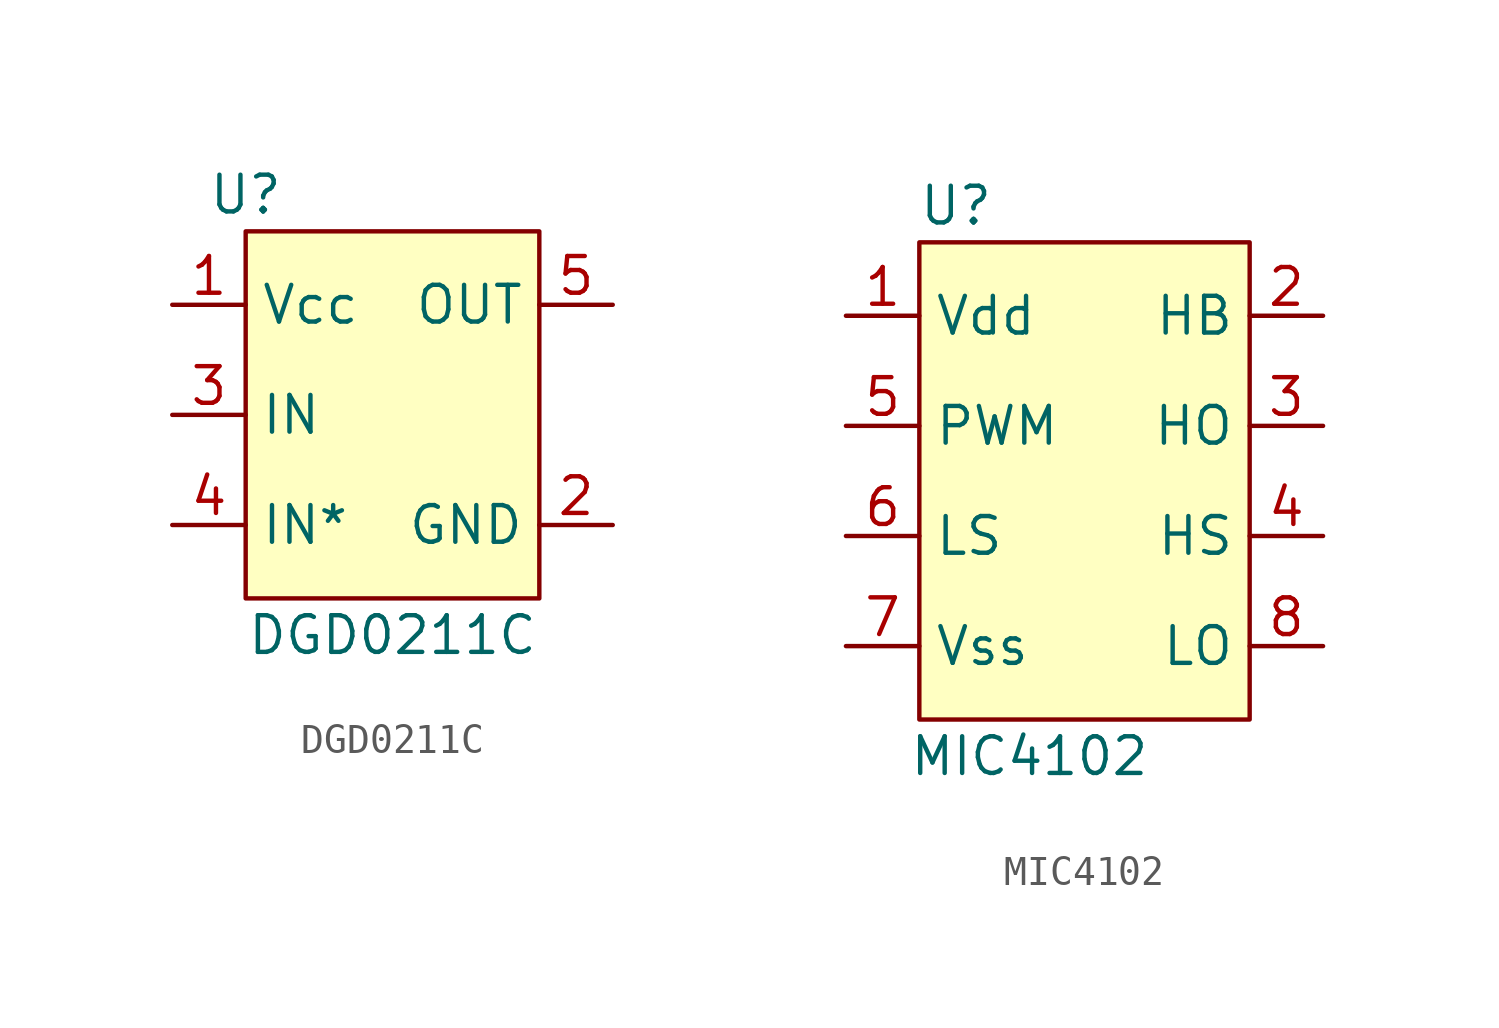
<source format=kicad_sym>
(kicad_symbol_lib
  (version 20211014)
  (generator kicad_symbol_editor)
  (symbol "DGD0211C"
    (property "Reference" "U"
      (at -5.08 7.62 0)
      (effects (font (size 1.27 1.27))))
    (property "Value" "DGD0211C"
      (at 0 -7.62 0)
      (effects (font (size 1.27 1.27))))
    (symbol "DGD0211C_0_1"
      (rectangle (start -5.08 6.35) (end 5.08 -6.35) (stroke (width 0) (type default) (color 0 0 0 0)) (fill (type background))))
    (symbol "DGD0211C_1_1"
      (pin power_in line (at -7.62 3.81 0) (length 2.54) (name "Vcc" (effects (font (size 1.27 1.27)))) (number "1" (effects (font (size 1.27 1.27)))))
      (pin power_in line (at 7.62 -3.81 180) (length 2.54) (name "GND" (effects (font (size 1.27 1.27)))) (number "2" (effects (font (size 1.27 1.27)))))
      (pin input line (at -7.62 0 0) (length 2.54) (name "IN" (effects (font (size 1.27 1.27)))) (number "3" (effects (font (size 1.27 1.27)))))
      (pin input line (at -7.62 -3.81 0) (length 2.54) (name "IN*" (effects (font (size 1.27 1.27)))) (number "4" (effects (font (size 1.27 1.27)))))
      (pin output line (at 7.62 3.81 180) (length 2.54) (name "OUT" (effects (font (size 1.27 1.27)))) (number "5" (effects (font (size 1.27 1.27)))))))
  (symbol "MIC4102"
    (property "Reference" "U"
      (at -5.08 5.08 0)
      (effects (font (size 1.27 1.27))))
    (property "Value" "MIC4102"
      (at -2.54 -13.97 0)
      (effects (font (size 1.27 1.27))))
    (symbol "MIC4102_0_1"
      (rectangle (start -6.35 3.81) (end 5.08 -12.7) (stroke (width 0) (type default) (color 0 0 0 0)) (fill (type background))))
    (symbol "MIC4102_1_1"
      (pin power_in line (at -8.89 1.27 0) (length 2.54) (name "Vdd" (effects (font (size 1.27 1.27)))) (number "1" (effects (font (size 1.27 1.27)))))
      (pin output line (at 7.62 1.27 180) (length 2.54) (name "HB" (effects (font (size 1.27 1.27)))) (number "2" (effects (font (size 1.27 1.27)))))
      (pin output line (at 7.62 -2.54 180) (length 2.54) (name "HO" (effects (font (size 1.27 1.27)))) (number "3" (effects (font (size 1.27 1.27)))))
      (pin output line (at 7.62 -6.35 180) (length 2.54) (name "HS" (effects (font (size 1.27 1.27)))) (number "4" (effects (font (size 1.27 1.27)))))
      (pin input line (at -8.89 -2.54 0) (length 2.54) (name "PWM" (effects (font (size 1.27 1.27)))) (number "5" (effects (font (size 1.27 1.27)))))
      (pin input line (at -8.89 -6.35 0) (length 2.54) (name "LS" (effects (font (size 1.27 1.27)))) (number "6" (effects (font (size 1.27 1.27)))))
      (pin power_in line (at -8.89 -10.16 0) (length 2.54) (name "Vss" (effects (font (size 1.27 1.27)))) (number "7" (effects (font (size 1.27 1.27)))))
      (pin output line (at 7.62 -10.16 180) (length 2.54) (name "LO" (effects (font (size 1.27 1.27)))) (number "8" (effects (font (size 1.27 1.27))))))))
</source>
